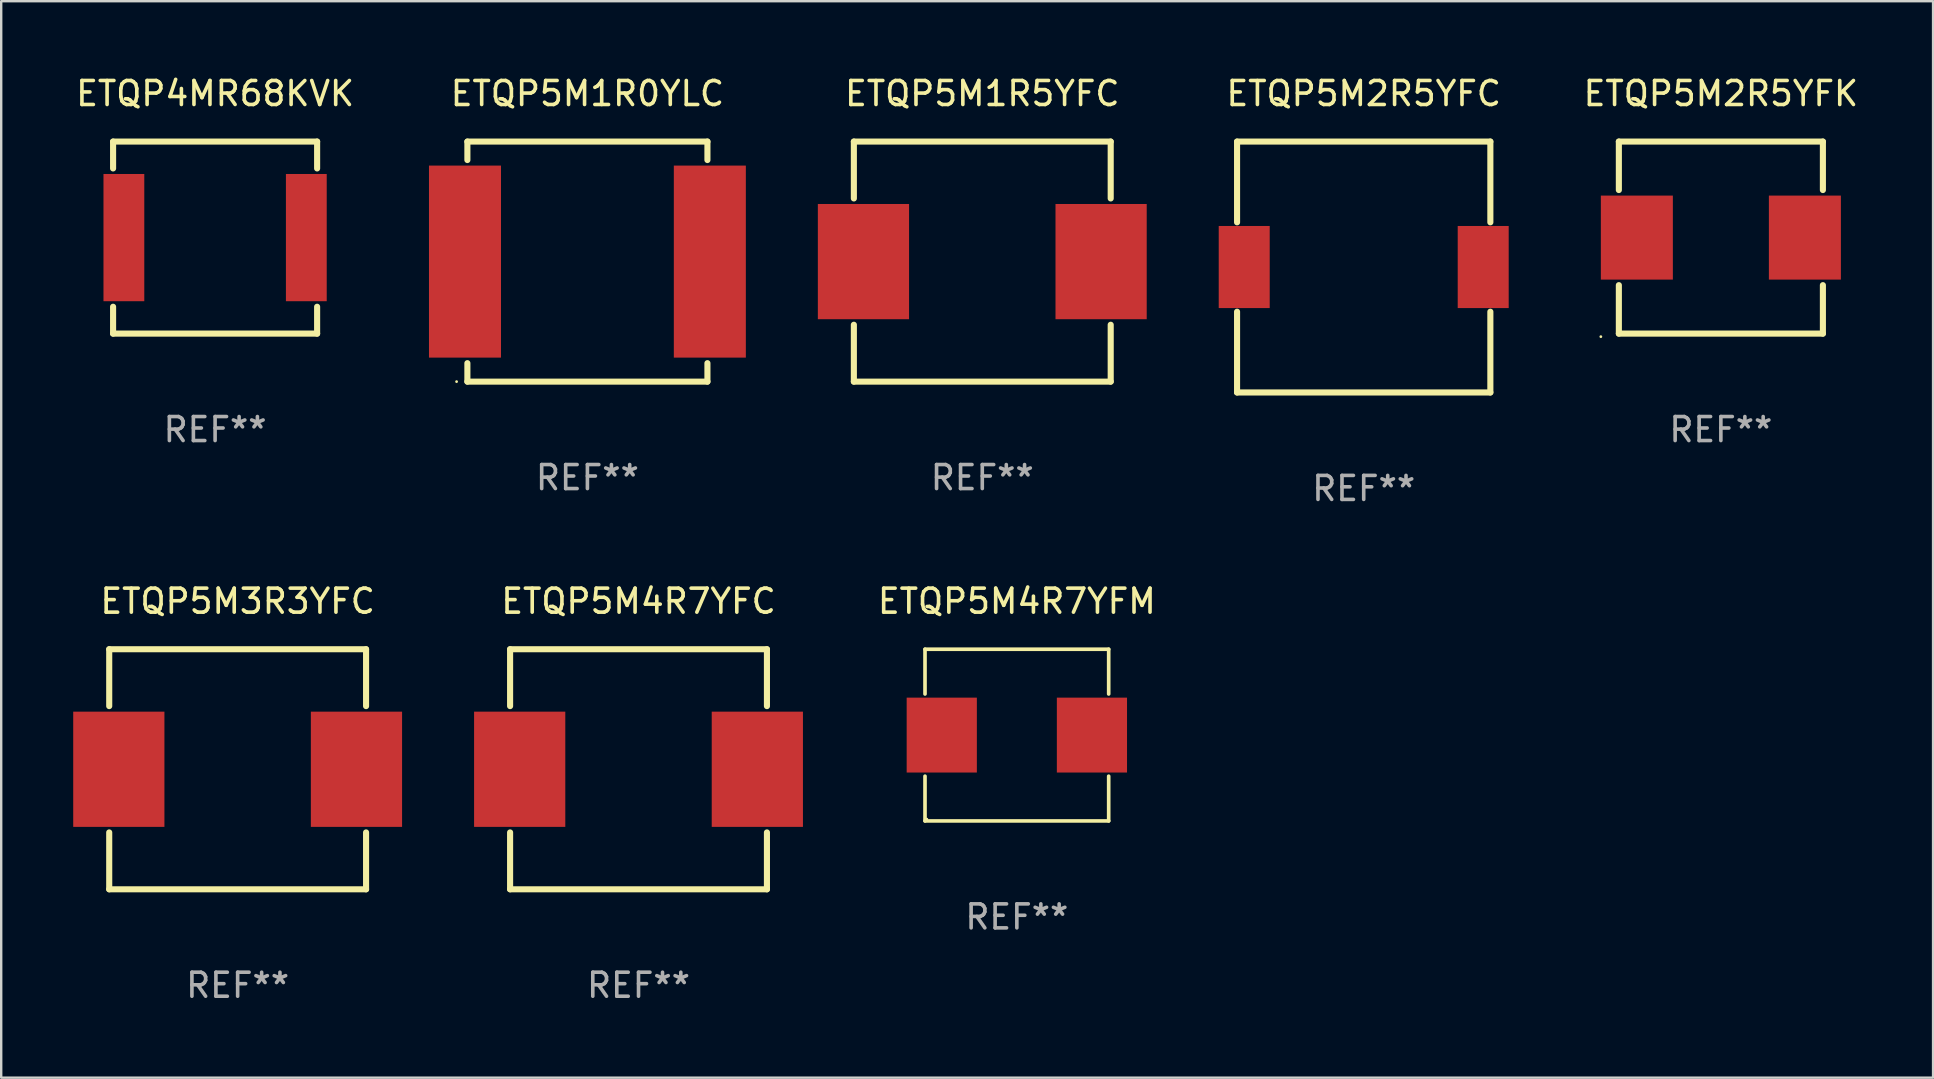
<source format=kicad_pcb>
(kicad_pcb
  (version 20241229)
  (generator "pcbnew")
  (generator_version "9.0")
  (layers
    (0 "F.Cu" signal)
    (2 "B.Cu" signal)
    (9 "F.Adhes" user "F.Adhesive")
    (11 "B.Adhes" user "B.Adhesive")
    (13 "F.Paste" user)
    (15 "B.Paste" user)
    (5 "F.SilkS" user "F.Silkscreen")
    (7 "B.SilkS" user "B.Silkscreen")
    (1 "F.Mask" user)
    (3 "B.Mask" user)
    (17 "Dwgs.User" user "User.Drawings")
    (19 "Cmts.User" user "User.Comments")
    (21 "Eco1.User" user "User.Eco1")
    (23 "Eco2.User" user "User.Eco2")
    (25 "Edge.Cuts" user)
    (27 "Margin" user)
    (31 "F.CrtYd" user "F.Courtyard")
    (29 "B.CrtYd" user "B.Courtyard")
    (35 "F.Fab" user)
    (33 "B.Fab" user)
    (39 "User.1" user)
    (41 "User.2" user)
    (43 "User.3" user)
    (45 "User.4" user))
  (footprint "ETQP4MR68KVK"
    (layer "F.Cu")
    (at 5.911 6.848)
    (property "Reference" "ETQP4MR68KVK" (at 0 -6 0) (layer "F.SilkS") (effects (font (size 1 1) (thickness 0.15))))
    (attr through_hole)
    (fp_line (start -4.25 -4) (end -4.25 -2.881) (stroke (width 0.254) (type solid)) (layer "F.SilkS"))
    (fp_line (start -4.25 -4) (end 4.25 -4) (stroke (width 0.254) (type solid)) (layer "F.SilkS"))
    (fp_line (start -4.25 2.881) (end -4.25 4) (stroke (width 0.254) (type solid)) (layer "F.SilkS"))
    (fp_line (start 4.25 -2.881) (end 4.25 -4) (stroke (width 0.254) (type solid)) (layer "F.SilkS"))
    (fp_line (start 4.25 4) (end -4.25 4) (stroke (width 0.254) (type solid)) (layer "F.SilkS"))
    (fp_line (start 4.25 4) (end 4.25 2.881) (stroke (width 0.254) (type solid)) (layer "F.SilkS"))
    (fp_circle (center -4.25 4) (end -4.22 4) (stroke (width 0.06) (type solid)) (fill no) (layer "F.SilkS"))
    (fp_text user "REF**" (at 0 8 0) (layer "F.Fab") (effects (font (size 1 1) (thickness 0.15))))
    (pad "1" smd rect (at -3.8 0 180) (size 1.7 5.3) (layers "F.Cu" "F.Mask" "F.Paste"))
    (pad "2" smd rect (at 3.8 0 180) (size 1.7 5.3) (layers "F.Cu" "F.Mask" "F.Paste")))
  (footprint "ETQP5M2R5YFC"
    (layer "F.Cu")
    (at 53.761 8.074)
    (property "Reference" "ETQP5M2R5YFC" (at 0 -7.226 0) (layer "F.SilkS") (effects (font (size 1 1) (thickness 0.15))))
    (attr through_hole)
    (fp_line (start -5.276 -5.226) (end 5.276 -5.226) (stroke (width 0.254) (type solid)) (layer "F.SilkS"))
    (fp_line (start -5.276 -1.862) (end -5.276 -5.226) (stroke (width 0.254) (type solid)) (layer "F.SilkS"))
    (fp_line (start -5.276 1.862) (end -5.276 5.226) (stroke (width 0.254) (type solid)) (layer "F.SilkS"))
    (fp_line (start -5.276 5.226) (end 5.276 5.226) (stroke (width 0.254) (type solid)) (layer "F.SilkS"))
    (fp_line (start 5.276 -5.226) (end 5.276 -1.862) (stroke (width 0.254) (type solid)) (layer "F.SilkS"))
    (fp_line (start 5.276 5.226) (end 5.276 1.862) (stroke (width 0.254) (type solid)) (layer "F.SilkS"))
    (fp_circle (center 5.2 -5.15) (end 5.23 -5.15) (stroke (width 0.06) (type solid)) (fill no) (layer "F.SilkS"))
    (fp_text user "REF**" (at 0 9.226 0) (layer "F.Fab") (effects (font (size 1 1) (thickness 0.15))))
    (pad "1" smd rect (at 4.978 0) (size 2.124 3.42) (layers "F.Cu" "F.Mask" "F.Paste"))
    (pad "2" smd rect (at -4.978 0) (size 2.124 3.42) (layers "F.Cu" "F.Mask" "F.Paste")))
  (footprint "ETQP5M4R7YFM"
    (layer "F.Cu")
    (at 39.311 27.573)
    (property "Reference" "ETQP5M4R7YFM" (at 0 -5.576 0) (layer "F.SilkS") (effects (font (size 1 1) (thickness 0.15))))
    (attr through_hole)
    (fp_line (start -3.826 -3.576) (end 3.826 -3.576) (stroke (width 0.152) (type solid)) (layer "F.SilkS"))
    (fp_line (start -3.826 -1.712) (end -3.826 -3.576) (stroke (width 0.152) (type solid)) (layer "F.SilkS"))
    (fp_line (start -3.826 1.712) (end -3.826 3.576) (stroke (width 0.152) (type solid)) (layer "F.SilkS"))
    (fp_line (start -3.826 3.576) (end 3.826 3.576) (stroke (width 0.152) (type solid)) (layer "F.SilkS"))
    (fp_line (start 3.826 -3.576) (end 3.826 -1.712) (stroke (width 0.152) (type solid)) (layer "F.SilkS"))
    (fp_line (start 3.826 3.576) (end 3.826 1.712) (stroke (width 0.152) (type solid)) (layer "F.SilkS"))
    (fp_circle (center -3.75 3.5) (end -3.72 3.5) (stroke (width 0.06) (type solid)) (fill no) (layer "F.SilkS"))
    (fp_text user "REF**" (at 0 7.576 0) (layer "F.Fab") (effects (font (size 1 1) (thickness 0.15))))
    (pad "1" smd rect (at 3.128 0) (size 2.924 3.12) (layers "F.Cu" "F.Mask" "F.Paste"))
    (pad "2" smd rect (at -3.128 0) (size 2.924 3.12) (layers "F.Cu" "F.Mask" "F.Paste")))
  (footprint "ETQP5M2R5YFK"
    (layer "F.Cu")
    (at 68.64 6.848)
    (property "Reference" "ETQP5M2R5YFK" (at 0 -6 0) (layer "F.SilkS") (effects (font (size 1 1) (thickness 0.15))))
    (attr through_hole)
    (fp_line (start -4.25 -4) (end -4.25 -1.981) (stroke (width 0.254) (type solid)) (layer "F.SilkS"))
    (fp_line (start -4.25 -4) (end 4.25 -4) (stroke (width 0.254) (type solid)) (layer "F.SilkS"))
    (fp_line (start -4.25 1.981) (end -4.25 4) (stroke (width 0.254) (type solid)) (layer "F.SilkS"))
    (fp_line (start -4.25 4) (end 4.25 4) (stroke (width 0.254) (type solid)) (layer "F.SilkS"))
    (fp_line (start 4.25 -4) (end 4.25 -1.981) (stroke (width 0.254) (type solid)) (layer "F.SilkS"))
    (fp_line (start 4.25 1.981) (end 4.25 4) (stroke (width 0.254) (type solid)) (layer "F.SilkS"))
    (fp_circle (center -5 4.127) (end -4.97 4.127) (stroke (width 0.06) (type solid)) (fill no) (layer "F.SilkS"))
    (fp_text user "REF**" (at 0 8 0) (layer "F.Fab") (effects (font (size 1 1) (thickness 0.15))))
    (pad "1" smd rect (at -3.5 0) (size 3 3.5) (layers "F.Cu" "F.Mask" "F.Paste"))
    (pad "2" smd rect (at 3.5 0) (size 3 3.5) (layers "F.Cu" "F.Mask" "F.Paste")))
  (footprint "ETQP5M3R3YFC"
    (layer "F.Cu")
    (at 6.85 28.997)
    (property "Reference" "ETQP5M3R3YFC" (at 0 -7 0) (layer "F.SilkS") (effects (font (size 1 1) (thickness 0.15))))
    (attr through_hole)
    (fp_line (start -5.35 -5) (end -5.35 -2.631) (stroke (width 0.254) (type solid)) (layer "F.SilkS"))
    (fp_line (start -5.35 -5) (end 5.35 -5) (stroke (width 0.254) (type solid)) (layer "F.SilkS"))
    (fp_line (start -5.35 2.631) (end -5.35 5) (stroke (width 0.254) (type solid)) (layer "F.SilkS"))
    (fp_line (start 5.35 -2.631) (end 5.35 -5) (stroke (width 0.254) (type solid)) (layer "F.SilkS"))
    (fp_line (start 5.35 5) (end -5.35 5) (stroke (width 0.254) (type solid)) (layer "F.SilkS"))
    (fp_line (start 5.35 5) (end 5.35 2.631) (stroke (width 0.254) (type solid)) (layer "F.SilkS"))
    (fp_circle (center -5.35 -5) (end -5.32 -5) (stroke (width 0.06) (type solid)) (fill no) (layer "F.SilkS"))
    (fp_text user "REF**" (at 0 9 0) (layer "F.Fab") (effects (font (size 1 1) (thickness 0.15))))
    (pad "1" smd rect (at -4.95 0) (size 3.8 4.8) (layers "F.Cu" "F.Mask" "F.Paste"))
    (pad "2" smd rect (at 4.95 0) (size 3.8 4.8) (layers "F.Cu" "F.Mask" "F.Paste")))
  (footprint "ETQP5M1R5YFC"
    (layer "F.Cu")
    (at 37.871 7.848)
    (property "Reference" "ETQP5M1R5YFC" (at 0 -7 0) (layer "F.SilkS") (effects (font (size 1 1) (thickness 0.15))))
    (attr through_hole)
    (fp_line (start -5.35 -5) (end -5.35 -2.631) (stroke (width 0.254) (type solid)) (layer "F.SilkS"))
    (fp_line (start -5.35 -5) (end 5.35 -5) (stroke (width 0.254) (type solid)) (layer "F.SilkS"))
    (fp_line (start -5.35 2.631) (end -5.35 5) (stroke (width 0.254) (type solid)) (layer "F.SilkS"))
    (fp_line (start 5.35 -2.631) (end 5.35 -5) (stroke (width 0.254) (type solid)) (layer "F.SilkS"))
    (fp_line (start 5.35 5) (end -5.35 5) (stroke (width 0.254) (type solid)) (layer "F.SilkS"))
    (fp_line (start 5.35 5) (end 5.35 2.631) (stroke (width 0.254) (type solid)) (layer "F.SilkS"))
    (fp_circle (center -5.35 -5) (end -5.32 -5) (stroke (width 0.06) (type solid)) (fill no) (layer "F.SilkS"))
    (fp_text user "REF**" (at 0 9 0) (layer "F.Fab") (effects (font (size 1 1) (thickness 0.15))))
    (pad "1" smd rect (at -4.95 0) (size 3.8 4.8) (layers "F.Cu" "F.Mask" "F.Paste"))
    (pad "2" smd rect (at 4.95 0) (size 3.8 4.8) (layers "F.Cu" "F.Mask" "F.Paste")))
  (footprint "ETQP5M1R0YLC"
    (layer "F.Cu")
    (at 21.421 7.848)
    (property "Reference" "ETQP5M1R0YLC" (at 0 -7 0) (layer "F.SilkS") (effects (font (size 1 1) (thickness 0.15))))
    (attr through_hole)
    (fp_line (start -5 -5) (end -5 -4.231) (stroke (width 0.254) (type solid)) (layer "F.SilkS"))
    (fp_line (start -5 4.231) (end -5 5) (stroke (width 0.254) (type solid)) (layer "F.SilkS"))
    (fp_line (start -5 5) (end 5 5) (stroke (width 0.254) (type solid)) (layer "F.SilkS"))
    (fp_line (start 5 -5) (end -5 -5) (stroke (width 0.254) (type solid)) (layer "F.SilkS"))
    (fp_line (start 5 -4.231) (end 5 -5) (stroke (width 0.254) (type solid)) (layer "F.SilkS"))
    (fp_line (start 5 5) (end 5 4.231) (stroke (width 0.254) (type solid)) (layer "F.SilkS"))
    (fp_circle (center -5.45 5) (end -5.42 5) (stroke (width 0.06) (type solid)) (fill no) (layer "F.SilkS"))
    (fp_text user "REF**" (at 0 9 0) (layer "F.Fab") (effects (font (size 1 1) (thickness 0.15))))
    (pad "1" smd rect (at -5.1 0) (size 3 8) (layers "F.Cu" "F.Mask" "F.Paste"))
    (pad "2" smd rect (at 5.1 0) (size 3 8) (layers "F.Cu" "F.Mask" "F.Paste")))
  (footprint "ETQP5M4R7YFC"
    (layer "F.Cu")
    (at 23.55 28.997)
    (property "Reference" "ETQP5M4R7YFC" (at 0 -7 0) (layer "F.SilkS") (effects (font (size 1 1) (thickness 0.15))))
    (attr through_hole)
    (fp_line (start -5.35 -5) (end -5.35 -2.631) (stroke (width 0.254) (type solid)) (layer "F.SilkS"))
    (fp_line (start -5.35 -5) (end 5.35 -5) (stroke (width 0.254) (type solid)) (layer "F.SilkS"))
    (fp_line (start -5.35 2.631) (end -5.35 5) (stroke (width 0.254) (type solid)) (layer "F.SilkS"))
    (fp_line (start 5.35 -2.631) (end 5.35 -5) (stroke (width 0.254) (type solid)) (layer "F.SilkS"))
    (fp_line (start 5.35 5) (end -5.35 5) (stroke (width 0.254) (type solid)) (layer "F.SilkS"))
    (fp_line (start 5.35 5) (end 5.35 2.631) (stroke (width 0.254) (type solid)) (layer "F.SilkS"))
    (fp_circle (center -5.35 5) (end -5.32 5) (stroke (width 0.06) (type solid)) (fill no) (layer "F.SilkS"))
    (fp_text user "REF**" (at 0 9 0) (layer "F.Fab") (effects (font (size 1 1) (thickness 0.15))))
    (pad "1" smd rect (at -4.95 -0.000102) (size 3.8 4.8) (layers "F.Cu" "F.Mask" "F.Paste"))
    (pad "2" smd rect (at 4.95 -0.000102) (size 3.8 4.8) (layers "F.Cu" "F.Mask" "F.Paste")))
  (gr_rect
    (start -3 -3)
    (end 77.48 41.845)
    (stroke (width 0.1) (type default))
    (fill no)
    (layer "Edge.Cuts")))
</source>
